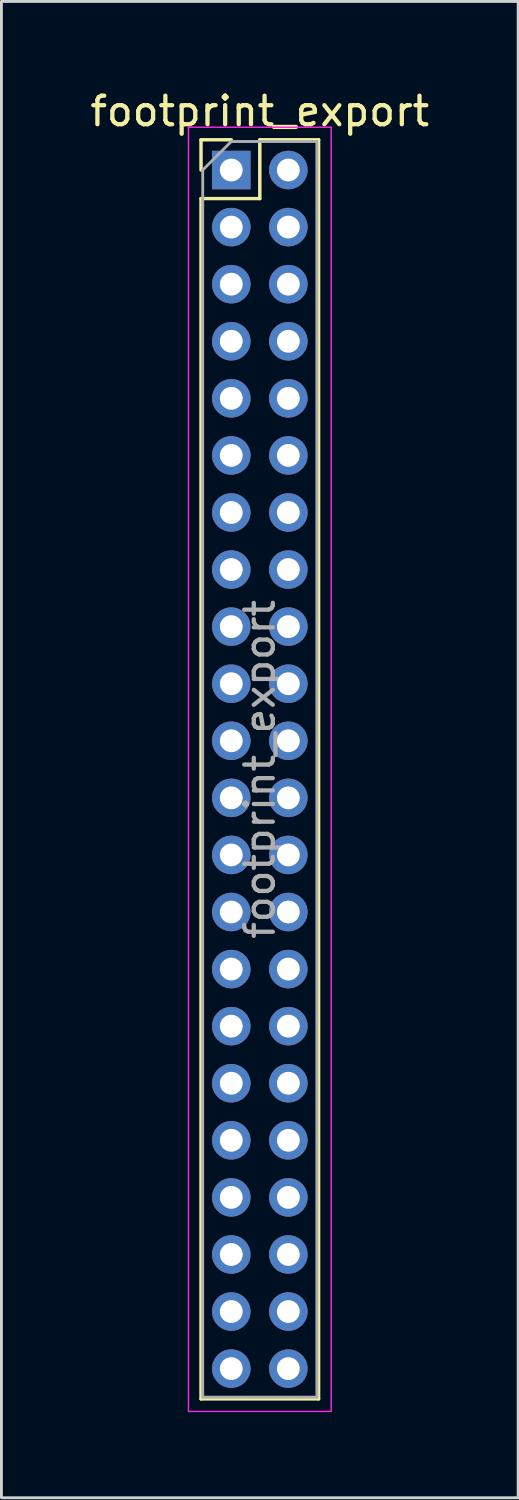
<source format=kicad_pcb>
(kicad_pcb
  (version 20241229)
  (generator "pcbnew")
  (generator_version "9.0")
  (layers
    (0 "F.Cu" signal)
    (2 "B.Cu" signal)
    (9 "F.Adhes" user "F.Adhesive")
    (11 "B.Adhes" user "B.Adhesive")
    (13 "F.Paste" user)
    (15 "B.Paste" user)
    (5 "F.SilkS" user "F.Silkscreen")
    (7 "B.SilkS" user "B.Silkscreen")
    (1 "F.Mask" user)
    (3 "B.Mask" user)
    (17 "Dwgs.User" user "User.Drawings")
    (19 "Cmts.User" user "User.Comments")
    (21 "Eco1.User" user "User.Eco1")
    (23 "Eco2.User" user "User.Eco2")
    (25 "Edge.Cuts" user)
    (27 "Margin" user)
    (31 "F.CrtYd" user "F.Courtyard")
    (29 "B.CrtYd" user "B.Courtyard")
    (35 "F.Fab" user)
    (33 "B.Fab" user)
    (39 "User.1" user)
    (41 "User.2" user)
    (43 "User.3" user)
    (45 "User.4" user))
  (footprint "footprint_export"
    (layer "F.Cu")
    (at 5.054 2.908)
    (property "Reference" "footprint_export" (at 1 -2.06 0) (layer "F.SilkS") (effects (font (size 1 1) (thickness 0.15))))
    (attr through_hole)
    (fp_line (start -1.06 -1.06) (end 0 -1.06) (stroke (width 0.12) (type solid)) (layer "F.SilkS"))
    (fp_line (start -1.06 0) (end -1.06 -1.06) (stroke (width 0.12) (type solid)) (layer "F.SilkS"))
    (fp_line (start -1.06 1) (end -1.06 43.06) (stroke (width 0.12) (type solid)) (layer "F.SilkS"))
    (fp_line (start -1.06 1) (end 1 1) (stroke (width 0.12) (type solid)) (layer "F.SilkS"))
    (fp_line (start -1.06 43.06) (end 3.06 43.06) (stroke (width 0.12) (type solid)) (layer "F.SilkS"))
    (fp_line (start 1 -1.06) (end 3.06 -1.06) (stroke (width 0.12) (type solid)) (layer "F.SilkS"))
    (fp_line (start 1 1) (end 1 -1.06) (stroke (width 0.12) (type solid)) (layer "F.SilkS"))
    (fp_line (start 3.06 -1.06) (end 3.06 43.06) (stroke (width 0.12) (type solid)) (layer "F.SilkS"))
    (fp_line (start -1.5 -1.5) (end -1.5 43.5) (stroke (width 0.05) (type solid)) (layer "F.CrtYd"))
    (fp_line (start -1.5 43.5) (end 3.5 43.5) (stroke (width 0.05) (type solid)) (layer "F.CrtYd"))
    (fp_line (start 3.5 -1.5) (end -1.5 -1.5) (stroke (width 0.05) (type solid)) (layer "F.CrtYd"))
    (fp_line (start 3.5 43.5) (end 3.5 -1.5) (stroke (width 0.05) (type solid)) (layer "F.CrtYd"))
    (fp_line (start -1 0) (end 0 -1) (stroke (width 0.1) (type solid)) (layer "F.Fab"))
    (fp_line (start -1 43) (end -1 0) (stroke (width 0.1) (type solid)) (layer "F.Fab"))
    (fp_line (start 0 -1) (end 3 -1) (stroke (width 0.1) (type solid)) (layer "F.Fab"))
    (fp_line (start 3 -1) (end 3 43) (stroke (width 0.1) (type solid)) (layer "F.Fab"))
    (fp_line (start 3 43) (end -1 43) (stroke (width 0.1) (type solid)) (layer "F.Fab"))
    (fp_text user "${REFERENCE}" (at 1 21 90) (layer "F.Fab") (effects (font (size 1 1) (thickness 0.15))))
    (pad "1" thru_hole rect (at 0 0) (size 1.35 1.35) (drill 0.8) (layers "*.Cu" "*.Mask"))
    (pad "2" thru_hole oval (at 2 0) (size 1.35 1.35) (drill 0.8) (layers "*.Cu" "*.Mask"))
    (pad "3" thru_hole oval (at 0 2) (size 1.35 1.35) (drill 0.8) (layers "*.Cu" "*.Mask"))
    (pad "4" thru_hole oval (at 2 2) (size 1.35 1.35) (drill 0.8) (layers "*.Cu" "*.Mask"))
    (pad "5" thru_hole oval (at 0 4) (size 1.35 1.35) (drill 0.8) (layers "*.Cu" "*.Mask"))
    (pad "6" thru_hole oval (at 2 4) (size 1.35 1.35) (drill 0.8) (layers "*.Cu" "*.Mask"))
    (pad "7" thru_hole oval (at 0 6) (size 1.35 1.35) (drill 0.8) (layers "*.Cu" "*.Mask"))
    (pad "8" thru_hole oval (at 2 6) (size 1.35 1.35) (drill 0.8) (layers "*.Cu" "*.Mask"))
    (pad "9" thru_hole oval (at 0 8) (size 1.35 1.35) (drill 0.8) (layers "*.Cu" "*.Mask"))
    (pad "10" thru_hole oval (at 2 8) (size 1.35 1.35) (drill 0.8) (layers "*.Cu" "*.Mask"))
    (pad "11" thru_hole oval (at 0 10) (size 1.35 1.35) (drill 0.8) (layers "*.Cu" "*.Mask"))
    (pad "12" thru_hole oval (at 2 10) (size 1.35 1.35) (drill 0.8) (layers "*.Cu" "*.Mask"))
    (pad "13" thru_hole oval (at 0 12) (size 1.35 1.35) (drill 0.8) (layers "*.Cu" "*.Mask"))
    (pad "14" thru_hole oval (at 2 12) (size 1.35 1.35) (drill 0.8) (layers "*.Cu" "*.Mask"))
    (pad "15" thru_hole oval (at 0 14) (size 1.35 1.35) (drill 0.8) (layers "*.Cu" "*.Mask"))
    (pad "16" thru_hole oval (at 2 14) (size 1.35 1.35) (drill 0.8) (layers "*.Cu" "*.Mask"))
    (pad "17" thru_hole oval (at 0 16) (size 1.35 1.35) (drill 0.8) (layers "*.Cu" "*.Mask"))
    (pad "18" thru_hole oval (at 2 16) (size 1.35 1.35) (drill 0.8) (layers "*.Cu" "*.Mask"))
    (pad "19" thru_hole oval (at 0 18) (size 1.35 1.35) (drill 0.8) (layers "*.Cu" "*.Mask"))
    (pad "20" thru_hole oval (at 2 18) (size 1.35 1.35) (drill 0.8) (layers "*.Cu" "*.Mask"))
    (pad "21" thru_hole oval (at 0 20) (size 1.35 1.35) (drill 0.8) (layers "*.Cu" "*.Mask"))
    (pad "22" thru_hole oval (at 2 20) (size 1.35 1.35) (drill 0.8) (layers "*.Cu" "*.Mask"))
    (pad "23" thru_hole oval (at 0 22) (size 1.35 1.35) (drill 0.8) (layers "*.Cu" "*.Mask"))
    (pad "24" thru_hole oval (at 2 22) (size 1.35 1.35) (drill 0.8) (layers "*.Cu" "*.Mask"))
    (pad "25" thru_hole oval (at 0 24) (size 1.35 1.35) (drill 0.8) (layers "*.Cu" "*.Mask"))
    (pad "26" thru_hole oval (at 2 24) (size 1.35 1.35) (drill 0.8) (layers "*.Cu" "*.Mask"))
    (pad "27" thru_hole oval (at 0 26) (size 1.35 1.35) (drill 0.8) (layers "*.Cu" "*.Mask"))
    (pad "28" thru_hole oval (at 2 26) (size 1.35 1.35) (drill 0.8) (layers "*.Cu" "*.Mask"))
    (pad "29" thru_hole oval (at 0 28) (size 1.35 1.35) (drill 0.8) (layers "*.Cu" "*.Mask"))
    (pad "30" thru_hole oval (at 2 28) (size 1.35 1.35) (drill 0.8) (layers "*.Cu" "*.Mask"))
    (pad "31" thru_hole oval (at 0 30) (size 1.35 1.35) (drill 0.8) (layers "*.Cu" "*.Mask"))
    (pad "32" thru_hole oval (at 2 30) (size 1.35 1.35) (drill 0.8) (layers "*.Cu" "*.Mask"))
    (pad "33" thru_hole oval (at 0 32) (size 1.35 1.35) (drill 0.8) (layers "*.Cu" "*.Mask"))
    (pad "34" thru_hole oval (at 2 32) (size 1.35 1.35) (drill 0.8) (layers "*.Cu" "*.Mask"))
    (pad "35" thru_hole oval (at 0 34) (size 1.35 1.35) (drill 0.8) (layers "*.Cu" "*.Mask"))
    (pad "36" thru_hole oval (at 2 34) (size 1.35 1.35) (drill 0.8) (layers "*.Cu" "*.Mask"))
    (pad "37" thru_hole oval (at 0 36) (size 1.35 1.35) (drill 0.8) (layers "*.Cu" "*.Mask"))
    (pad "38" thru_hole oval (at 2 36) (size 1.35 1.35) (drill 0.8) (layers "*.Cu" "*.Mask"))
    (pad "39" thru_hole oval (at 0 38) (size 1.35 1.35) (drill 0.8) (layers "*.Cu" "*.Mask"))
    (pad "40" thru_hole oval (at 2 38) (size 1.35 1.35) (drill 0.8) (layers "*.Cu" "*.Mask"))
    (pad "41" thru_hole oval (at 0 40) (size 1.35 1.35) (drill 0.8) (layers "*.Cu" "*.Mask"))
    (pad "42" thru_hole oval (at 2 40) (size 1.35 1.35) (drill 0.8) (layers "*.Cu" "*.Mask"))
    (pad "43" thru_hole oval (at 0 42) (size 1.35 1.35) (drill 0.8) (layers "*.Cu" "*.Mask"))
    (pad "44" thru_hole oval (at 2 42) (size 1.35 1.35) (drill 0.8) (layers "*.Cu" "*.Mask")))
  (gr_rect
    (start -3 -3)
    (end 15.107 49.433)
    (stroke (width 0.1) (type default))
    (fill no)
    (layer "Edge.Cuts")))
</source>
